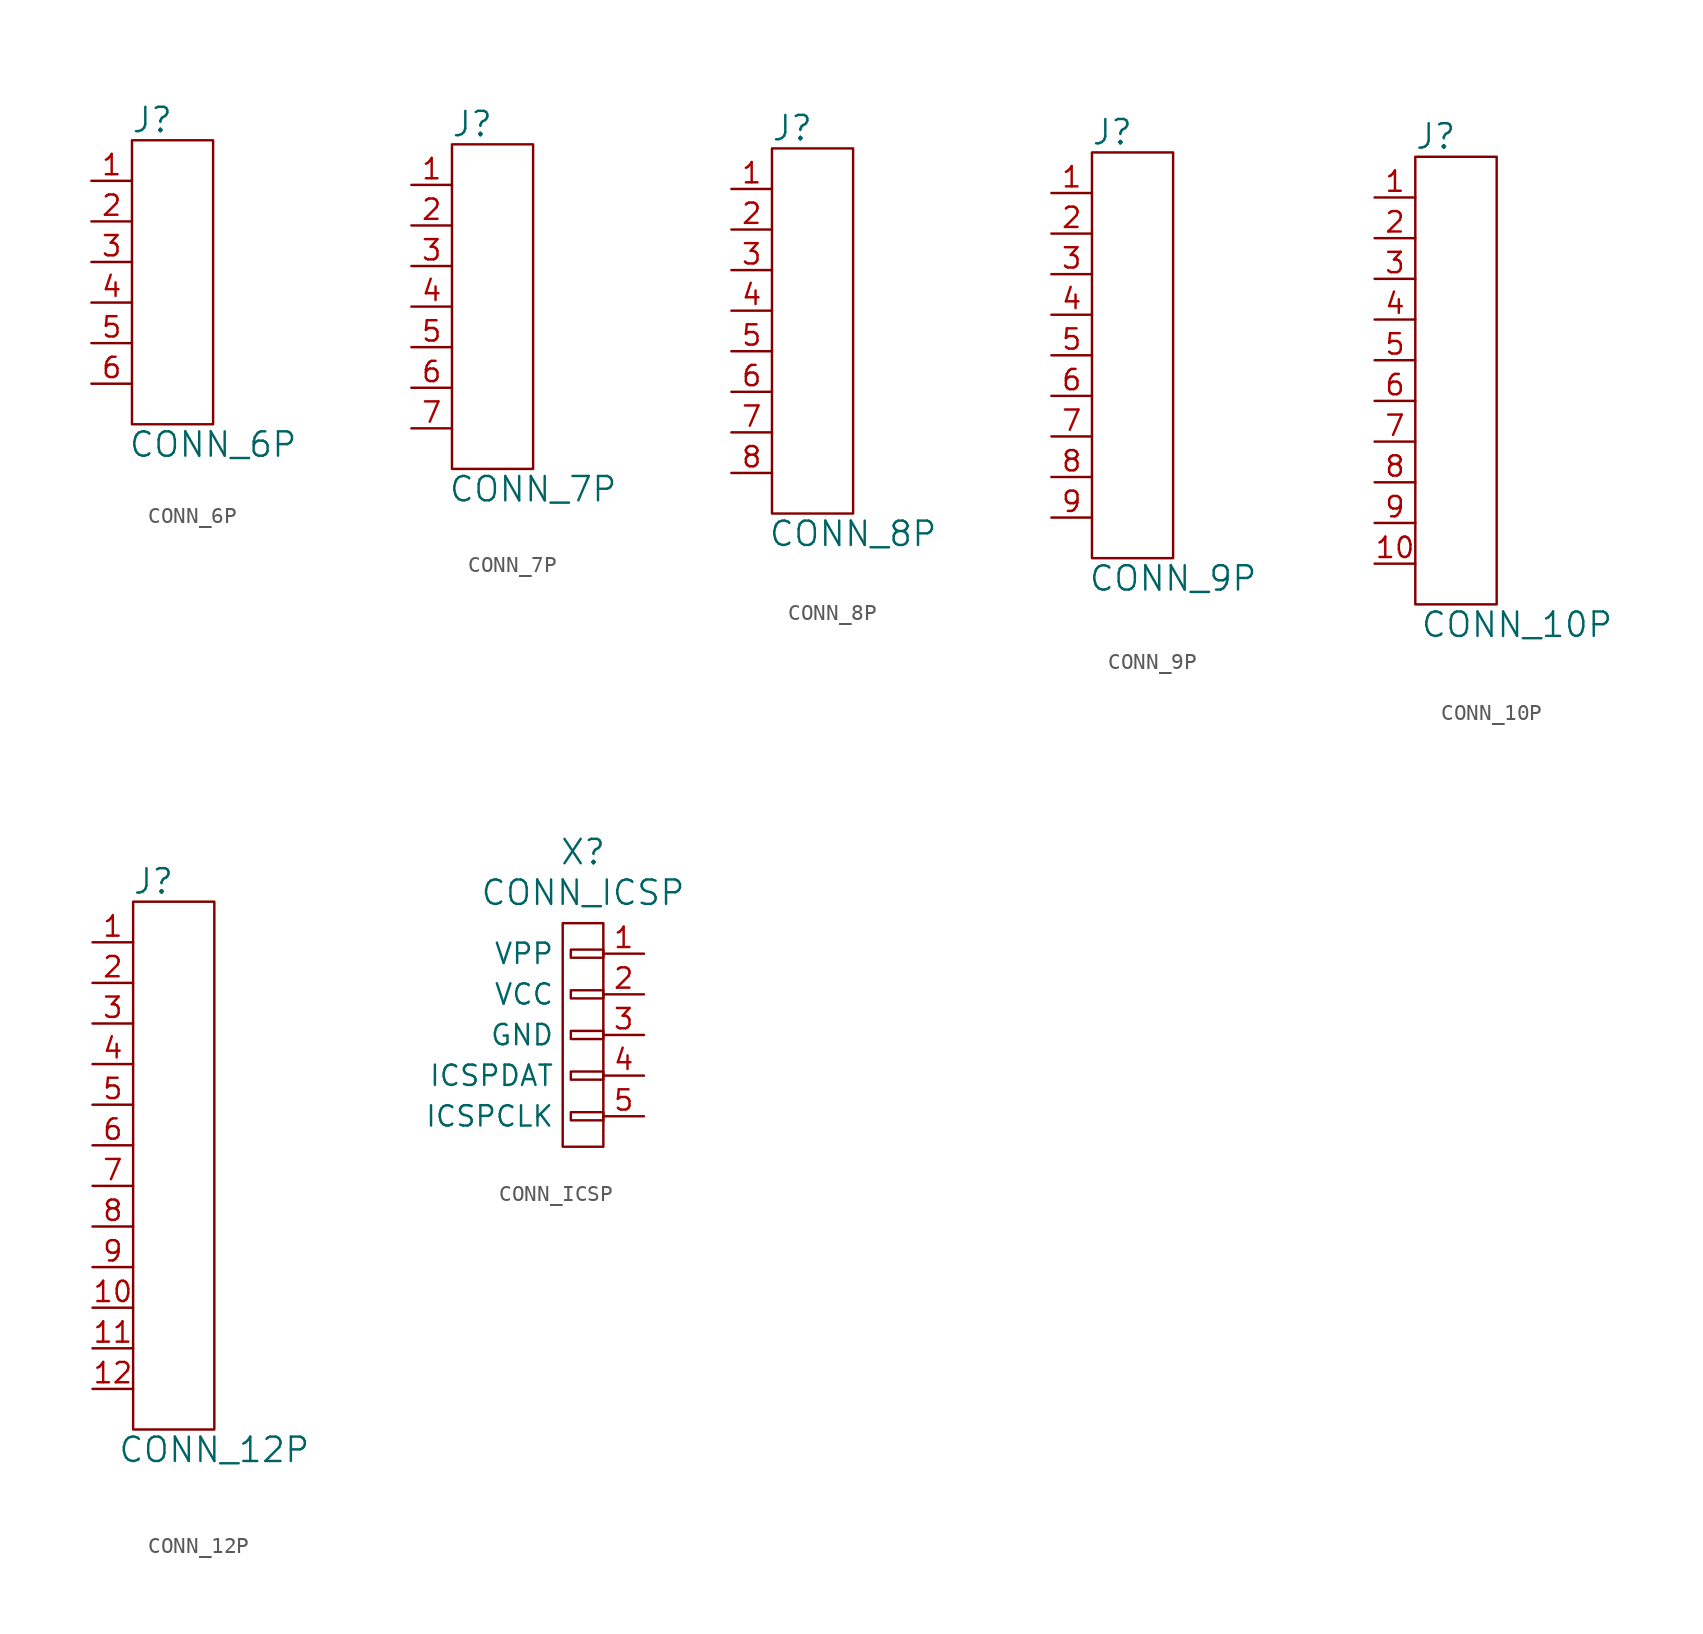
<source format=kicad_sym>
(kicad_symbol_lib
  (version 20211014)
  (generator kicad_symbol_editor)
  (symbol "CONN_6P"
    (pin_names
      (offset 1.016) hide)
    (property "Reference" "J"
      (at -1.27 10.16 0)
      (effects (font (size 1.524 1.524))))
    (property "Value" "CONN_6P"
      (at 2.54 -10.16 0)
      (effects (font (size 1.524 1.524))))
    (property "Footprint" ""
      (at 0 0 0)
      (effects (font (size 1.524 1.524))))
    (property "Datasheet" ""
      (at 0 0 0)
      (effects (font (size 1.524 1.524))))
    (symbol "CONN_6P_0_1"
      (rectangle (start -2.54 8.89) (end 2.54 -8.89) (stroke (width 0) (type default) (color 0 0 0 0)) (fill (type none))))
    (symbol "CONN_6P_1_1"
      (pin passive line (at -5.08 6.35 0) (length 2.54) (name "1" (effects (font (size 1.27 1.27)))) (number "1" (effects (font (size 1.27 1.27)))))
      (pin passive line (at -5.08 3.81 0) (length 2.54) (name "2" (effects (font (size 1.27 1.27)))) (number "2" (effects (font (size 1.27 1.27)))))
      (pin passive line (at -5.08 1.27 0) (length 2.54) (name "3" (effects (font (size 1.27 1.27)))) (number "3" (effects (font (size 1.27 1.27)))))
      (pin passive line (at -5.08 -1.27 0) (length 2.54) (name "4" (effects (font (size 1.27 1.27)))) (number "4" (effects (font (size 1.27 1.27)))))
      (pin passive line (at -5.08 -3.81 0) (length 2.54) (name "5" (effects (font (size 1.27 1.27)))) (number "5" (effects (font (size 1.27 1.27)))))
      (pin passive line (at -5.08 -6.35 0) (length 2.54) (name "6" (effects (font (size 1.27 1.27)))) (number "6" (effects (font (size 1.27 1.27)))))))
  (symbol "CONN_7P"
    (pin_names
      (offset 1.016) hide)
    (property "Reference" "J"
      (at -1.27 11.43 0)
      (effects (font (size 1.524 1.524))))
    (property "Value" "CONN_7P"
      (at 2.54 -11.43 0)
      (effects (font (size 1.524 1.524))))
    (property "Footprint" ""
      (at 0 0 0)
      (effects (font (size 1.524 1.524))))
    (property "Datasheet" ""
      (at 0 0 0)
      (effects (font (size 1.524 1.524))))
    (symbol "CONN_7P_0_1"
      (rectangle (start -2.54 10.16) (end 2.54 -10.16) (stroke (width 0) (type default) (color 0 0 0 0)) (fill (type none))))
    (symbol "CONN_7P_1_1"
      (pin passive line (at -5.08 7.62 0) (length 2.54) (name "1" (effects (font (size 1.27 1.27)))) (number "1" (effects (font (size 1.27 1.27)))))
      (pin passive line (at -5.08 5.08 0) (length 2.54) (name "2" (effects (font (size 1.27 1.27)))) (number "2" (effects (font (size 1.27 1.27)))))
      (pin passive line (at -5.08 2.54 0) (length 2.54) (name "3" (effects (font (size 1.27 1.27)))) (number "3" (effects (font (size 1.27 1.27)))))
      (pin passive line (at -5.08 0 0) (length 2.54) (name "4" (effects (font (size 1.27 1.27)))) (number "4" (effects (font (size 1.27 1.27)))))
      (pin passive line (at -5.08 -2.54 0) (length 2.54) (name "5" (effects (font (size 1.27 1.27)))) (number "5" (effects (font (size 1.27 1.27)))))
      (pin passive line (at -5.08 -5.08 0) (length 2.54) (name "6" (effects (font (size 1.27 1.27)))) (number "6" (effects (font (size 1.27 1.27)))))
      (pin passive line (at -5.08 -7.62 0) (length 2.54) (name "7" (effects (font (size 1.27 1.27)))) (number "7" (effects (font (size 1.27 1.27)))))))
  (symbol "CONN_8P"
    (pin_names
      (offset 1.016) hide)
    (property "Reference" "J"
      (at -1.27 12.7 0)
      (effects (font (size 1.524 1.524))))
    (property "Value" "CONN_8P"
      (at 2.54 -12.7 0)
      (effects (font (size 1.524 1.524))))
    (property "Footprint" ""
      (at 0 0 0)
      (effects (font (size 1.524 1.524))))
    (property "Datasheet" ""
      (at 0 0 0)
      (effects (font (size 1.524 1.524))))
    (symbol "CONN_8P_0_1"
      (rectangle (start -2.54 11.43) (end 2.54 -11.43) (stroke (width 0) (type default) (color 0 0 0 0)) (fill (type none))))
    (symbol "CONN_8P_1_1"
      (pin passive line (at -5.08 8.89 0) (length 2.54) (name "1" (effects (font (size 1.27 1.27)))) (number "1" (effects (font (size 1.27 1.27)))))
      (pin passive line (at -5.08 6.35 0) (length 2.54) (name "2" (effects (font (size 1.27 1.27)))) (number "2" (effects (font (size 1.27 1.27)))))
      (pin passive line (at -5.08 3.81 0) (length 2.54) (name "3" (effects (font (size 1.27 1.27)))) (number "3" (effects (font (size 1.27 1.27)))))
      (pin passive line (at -5.08 1.27 0) (length 2.54) (name "4" (effects (font (size 1.27 1.27)))) (number "4" (effects (font (size 1.27 1.27)))))
      (pin passive line (at -5.08 -1.27 0) (length 2.54) (name "5" (effects (font (size 1.27 1.27)))) (number "5" (effects (font (size 1.27 1.27)))))
      (pin passive line (at -5.08 -3.81 0) (length 2.54) (name "6" (effects (font (size 1.27 1.27)))) (number "6" (effects (font (size 1.27 1.27)))))
      (pin passive line (at -5.08 -6.35 0) (length 2.54) (name "7" (effects (font (size 1.27 1.27)))) (number "7" (effects (font (size 1.27 1.27)))))
      (pin passive line (at -5.08 -8.89 0) (length 2.54) (name "8" (effects (font (size 1.27 1.27)))) (number "8" (effects (font (size 1.27 1.27)))))))
  (symbol "CONN_9P"
    (pin_names
      (offset 1.016) hide)
    (property "Reference" "J"
      (at -1.27 13.97 0)
      (effects (font (size 1.524 1.524))))
    (property "Value" "CONN_9P"
      (at 2.54 -13.97 0)
      (effects (font (size 1.524 1.524))))
    (property "Footprint" ""
      (at 0 0 0)
      (effects (font (size 1.524 1.524))))
    (property "Datasheet" ""
      (at 0 0 0)
      (effects (font (size 1.524 1.524))))
    (symbol "CONN_9P_0_1"
      (rectangle (start -2.54 12.7) (end 2.54 -12.7) (stroke (width 0) (type default) (color 0 0 0 0)) (fill (type none))))
    (symbol "CONN_9P_1_1"
      (pin passive line (at -5.08 10.16 0) (length 2.54) (name "1" (effects (font (size 1.27 1.27)))) (number "1" (effects (font (size 1.27 1.27)))))
      (pin passive line (at -5.08 7.62 0) (length 2.54) (name "2" (effects (font (size 1.27 1.27)))) (number "2" (effects (font (size 1.27 1.27)))))
      (pin passive line (at -5.08 5.08 0) (length 2.54) (name "3" (effects (font (size 1.27 1.27)))) (number "3" (effects (font (size 1.27 1.27)))))
      (pin passive line (at -5.08 2.54 0) (length 2.54) (name "4" (effects (font (size 1.27 1.27)))) (number "4" (effects (font (size 1.27 1.27)))))
      (pin passive line (at -5.08 0 0) (length 2.54) (name "5" (effects (font (size 1.27 1.27)))) (number "5" (effects (font (size 1.27 1.27)))))
      (pin passive line (at -5.08 -2.54 0) (length 2.54) (name "6" (effects (font (size 1.27 1.27)))) (number "6" (effects (font (size 1.27 1.27)))))
      (pin passive line (at -5.08 -5.08 0) (length 2.54) (name "7" (effects (font (size 1.27 1.27)))) (number "7" (effects (font (size 1.27 1.27)))))
      (pin passive line (at -5.08 -7.62 0) (length 2.54) (name "8" (effects (font (size 1.27 1.27)))) (number "8" (effects (font (size 1.27 1.27)))))
      (pin passive line (at -5.08 -10.16 0) (length 2.54) (name "9" (effects (font (size 1.27 1.27)))) (number "9" (effects (font (size 1.27 1.27)))))))
  (symbol "CONN_10P"
    (pin_names
      (offset 1.016) hide)
    (property "Reference" "J"
      (at -1.27 15.24 0)
      (effects (font (size 1.524 1.524))))
    (property "Value" "CONN_10P"
      (at 3.81 -15.24 0)
      (effects (font (size 1.524 1.524))))
    (property "Footprint" ""
      (at 0 0 0)
      (effects (font (size 1.524 1.524))))
    (property "Datasheet" ""
      (at 0 0 0)
      (effects (font (size 1.524 1.524))))
    (symbol "CONN_10P_0_1"
      (rectangle (start -2.54 13.97) (end 2.54 -13.97) (stroke (width 0) (type default) (color 0 0 0 0)) (fill (type none))))
    (symbol "CONN_10P_1_1"
      (pin passive line (at -5.08 11.43 0) (length 2.54) (name "1" (effects (font (size 1.27 1.27)))) (number "1" (effects (font (size 1.27 1.27)))))
      (pin passive line (at -5.08 -11.43 0) (length 2.54) (name "10" (effects (font (size 1.27 1.27)))) (number "10" (effects (font (size 1.27 1.27)))))
      (pin passive line (at -5.08 8.89 0) (length 2.54) (name "2" (effects (font (size 1.27 1.27)))) (number "2" (effects (font (size 1.27 1.27)))))
      (pin passive line (at -5.08 6.35 0) (length 2.54) (name "3" (effects (font (size 1.27 1.27)))) (number "3" (effects (font (size 1.27 1.27)))))
      (pin passive line (at -5.08 3.81 0) (length 2.54) (name "4" (effects (font (size 1.27 1.27)))) (number "4" (effects (font (size 1.27 1.27)))))
      (pin passive line (at -5.08 1.27 0) (length 2.54) (name "5" (effects (font (size 1.27 1.27)))) (number "5" (effects (font (size 1.27 1.27)))))
      (pin passive line (at -5.08 -1.27 0) (length 2.54) (name "6" (effects (font (size 1.27 1.27)))) (number "6" (effects (font (size 1.27 1.27)))))
      (pin passive line (at -5.08 -3.81 0) (length 2.54) (name "7" (effects (font (size 1.27 1.27)))) (number "7" (effects (font (size 1.27 1.27)))))
      (pin passive line (at -5.08 -6.35 0) (length 2.54) (name "8" (effects (font (size 1.27 1.27)))) (number "8" (effects (font (size 1.27 1.27)))))
      (pin passive line (at -5.08 -8.89 0) (length 2.54) (name "9" (effects (font (size 1.27 1.27)))) (number "9" (effects (font (size 1.27 1.27)))))))
  (symbol "CONN_12P"
    (pin_names
      (offset 1.016) hide)
    (property "Reference" "J"
      (at -1.27 17.78 0)
      (effects (font (size 1.524 1.524))))
    (property "Value" "CONN_12P"
      (at 2.54 -17.78 0)
      (effects (font (size 1.524 1.524))))
    (property "Footprint" ""
      (at 0 0 0)
      (effects (font (size 1.524 1.524))))
    (property "Datasheet" ""
      (at 0 0 0)
      (effects (font (size 1.524 1.524))))
    (symbol "CONN_12P_0_1"
      (rectangle (start -2.54 16.51) (end 2.54 -16.51) (stroke (width 0) (type default) (color 0 0 0 0)) (fill (type none))))
    (symbol "CONN_12P_1_1"
      (pin passive line (at -5.08 13.97 0) (length 2.54) (name "1" (effects (font (size 1.27 1.27)))) (number "1" (effects (font (size 1.27 1.27)))))
      (pin passive line (at -5.08 -8.89 0) (length 2.54) (name "10" (effects (font (size 1.27 1.27)))) (number "10" (effects (font (size 1.27 1.27)))))
      (pin passive line (at -5.08 -11.43 0) (length 2.54) (name "11" (effects (font (size 1.27 1.27)))) (number "11" (effects (font (size 1.27 1.27)))))
      (pin passive line (at -5.08 -13.97 0) (length 2.54) (name "12" (effects (font (size 1.27 1.27)))) (number "12" (effects (font (size 1.27 1.27)))))
      (pin passive line (at -5.08 11.43 0) (length 2.54) (name "2" (effects (font (size 1.27 1.27)))) (number "2" (effects (font (size 1.27 1.27)))))
      (pin passive line (at -5.08 8.89 0) (length 2.54) (name "3" (effects (font (size 1.27 1.27)))) (number "3" (effects (font (size 1.27 1.27)))))
      (pin passive line (at -5.08 6.35 0) (length 2.54) (name "4" (effects (font (size 1.27 1.27)))) (number "4" (effects (font (size 1.27 1.27)))))
      (pin passive line (at -5.08 3.81 0) (length 2.54) (name "5" (effects (font (size 1.27 1.27)))) (number "5" (effects (font (size 1.27 1.27)))))
      (pin passive line (at -5.08 1.27 0) (length 2.54) (name "6" (effects (font (size 1.27 1.27)))) (number "6" (effects (font (size 1.27 1.27)))))
      (pin passive line (at -5.08 -1.27 0) (length 2.54) (name "7" (effects (font (size 1.27 1.27)))) (number "7" (effects (font (size 1.27 1.27)))))
      (pin passive line (at -5.08 -3.81 0) (length 2.54) (name "8" (effects (font (size 1.27 1.27)))) (number "8" (effects (font (size 1.27 1.27)))))
      (pin passive line (at -5.08 -6.35 0) (length 2.54) (name "9" (effects (font (size 1.27 1.27)))) (number "9" (effects (font (size 1.27 1.27)))))))
  (symbol "CONN_ICSP"
    (pin_names
      (offset 3.048))
    (property "Reference" "X"
      (at 3.81 15.24 0)
      (effects (font (size 1.524 1.524))))
    (property "Value" "CONN_ICSP"
      (at 3.81 12.7 0)
      (effects (font (size 1.524 1.524))))
    (property "Footprint" ""
      (at 0 3.81 0)
      (effects (font (size 1.524 1.524))))
    (property "Datasheet" ""
      (at 0 3.81 0)
      (effects (font (size 1.524 1.524))))
    (symbol "CONN_ICSP_0_0"
      (rectangle (start 5.08 -1.016) (end 3.048 -1.524) (stroke (width 0) (type default) (color 0 0 0 0)) (fill (type none)))
      (rectangle (start 5.08 1.524) (end 3.048 1.016) (stroke (width 0) (type default) (color 0 0 0 0)) (fill (type none)))
      (rectangle (start 5.08 4.064) (end 3.048 3.556) (stroke (width 0) (type default) (color 0 0 0 0)) (fill (type none)))
      (rectangle (start 5.08 6.604) (end 3.048 6.096) (stroke (width 0) (type default) (color 0 0 0 0)) (fill (type none)))
      (rectangle (start 5.08 9.144) (end 3.048 8.636) (stroke (width 0) (type default) (color 0 0 0 0)) (fill (type none)))
      (rectangle (start 5.08 10.795) (end 2.54 -3.175) (stroke (width 0) (type default) (color 0 0 0 0)) (fill (type none))))
    (symbol "CONN_ICSP_1_1"
      (pin output line (at 7.62 8.89 180) (length 2.54) (name "VPP" (effects (font (size 1.27 1.27)))) (number "1" (effects (font (size 1.27 1.27)))))
      (pin power_out line (at 7.62 6.35 180) (length 2.54) (name "VCC" (effects (font (size 1.27 1.27)))) (number "2" (effects (font (size 1.27 1.27)))))
      (pin power_out line (at 7.62 3.81 180) (length 2.54) (name "GND" (effects (font (size 1.27 1.27)))) (number "3" (effects (font (size 1.27 1.27)))))
      (pin bidirectional line (at 7.62 1.27 180) (length 2.54) (name "ICSPDAT" (effects (font (size 1.27 1.27)))) (number "4" (effects (font (size 1.27 1.27)))))
      (pin bidirectional line (at 7.62 -1.27 180) (length 2.54) (name "ICSPCLK" (effects (font (size 1.27 1.27)))) (number "5" (effects (font (size 1.27 1.27))))))))
</source>
